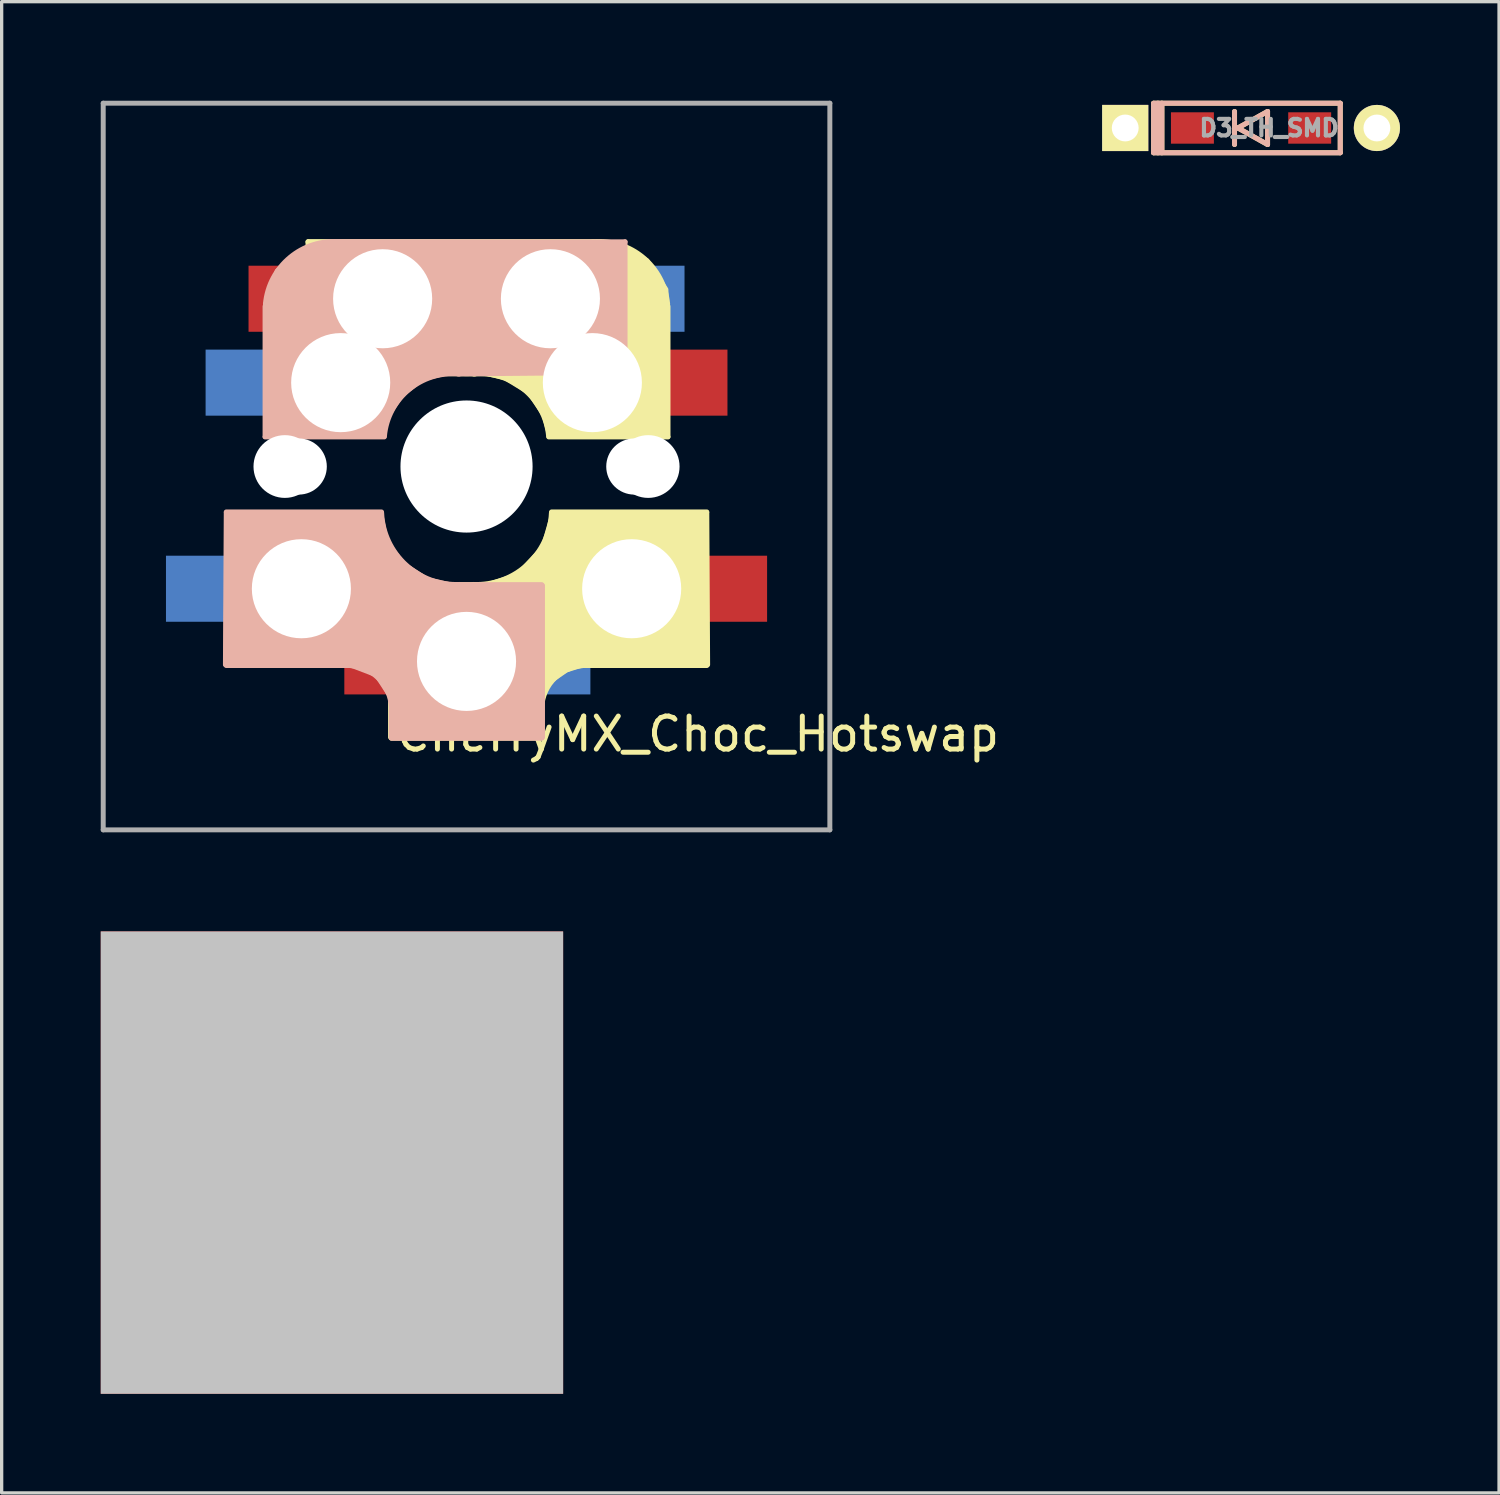
<source format=kicad_pcb>
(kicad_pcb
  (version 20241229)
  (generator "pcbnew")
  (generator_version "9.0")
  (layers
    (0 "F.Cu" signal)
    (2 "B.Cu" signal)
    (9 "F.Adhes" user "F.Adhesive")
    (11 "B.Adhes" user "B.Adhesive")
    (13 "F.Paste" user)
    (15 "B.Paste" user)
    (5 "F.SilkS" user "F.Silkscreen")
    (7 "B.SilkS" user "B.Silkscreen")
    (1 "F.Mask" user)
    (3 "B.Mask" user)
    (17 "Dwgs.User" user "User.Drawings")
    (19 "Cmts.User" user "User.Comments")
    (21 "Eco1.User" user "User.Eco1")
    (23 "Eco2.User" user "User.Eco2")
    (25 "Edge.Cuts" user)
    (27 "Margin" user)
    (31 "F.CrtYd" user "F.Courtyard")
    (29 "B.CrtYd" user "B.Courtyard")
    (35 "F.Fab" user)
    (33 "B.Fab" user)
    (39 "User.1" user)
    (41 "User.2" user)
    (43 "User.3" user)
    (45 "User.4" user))
  (footprint "key_hole"
    (layer "F.Cu")
    (at 7 32.15)
    (property "Reference" "key_hole" (at 0 0.5 0) (layer "F.SilkS") (effects (font (size 1 1) (thickness 0.15))))
    (attr through_hole)
    (pad "1" smd rect (at 0 0) (size 14 14) (layers "F.Cu" "Dwgs.User")))
  (footprint "CherryMX_Choc_Hotswap"
    (layer "F.Cu")
    (at 11.075 11.075)
    (property "Reference" "CherryMX_Choc_Hotswap" (at 7 8.1 0) (layer "F.SilkS") (effects (font (size 1 1) (thickness 0.15))))
    (attr through_hole)
    (fp_line (start -4.8 -6.804) (end 3.825 -6.804) (stroke (width 0.15) (type solid)) (layer "F.SilkS"))
    (fp_line (start -4.8 -2.896) (end -4.8 -6.804) (stroke (width 0.15) (type solid)) (layer "F.SilkS"))
    (fp_line (start -4.8 -2.85) (end 0.25 -2.804) (stroke (width 0.15) (type solid)) (layer "F.SilkS"))
    (fp_line (start -2.3 3.6) (end -2.3 8.2) (stroke (width 0.15) (type solid)) (layer "F.SilkS"))
    (fp_line (start -2.275 3.575) (end 0.275 3.575) (stroke (width 0.15) (type solid)) (layer "F.SilkS"))
    (fp_line (start -2.275 8.225) (end 2.275 8.225) (stroke (width 0.15) (type solid)) (layer "F.SilkS"))
    (fp_line (start 2.28 7.5) (end 2.28 8.2) (stroke (width 0.15) (type solid)) (layer "F.SilkS"))
    (fp_line (start 2.575 1.375) (end 7.275 1.375) (stroke (width 0.15) (type solid)) (layer "F.SilkS"))
    (fp_line (start 3.5 6.025) (end 7.275 6.025) (stroke (width 0.15) (type solid)) (layer "F.SilkS"))
    (fp_line (start 6.1 -4.85) (end 6.1 -0.905) (stroke (width 0.15) (type solid)) (layer "F.SilkS"))
    (fp_line (start 6.1 -0.896) (end 2.49 -0.896) (stroke (width 0.15) (type solid)) (layer "F.SilkS"))
    (fp_line (start 7.275 1.4) (end 7.3 6) (stroke (width 0.15) (type solid)) (layer "F.SilkS"))
    (fp_arc (start 0.225 -2.8) (mid 1.744361 -2.328061) (end 2.485 -0.92) (stroke (width 0.15) (type solid)) (layer "F.SilkS"))
    (fp_arc (start 2.28 7.45) (mid 2.595908 6.48733) (end 3.5 6.03) (stroke (width 0.15) (type solid)) (layer "F.SilkS"))
    (fp_arc (start 2.57 1.4) (mid 1.834422 2.975843) (end 0.2 3.57) (stroke (width 0.15) (type solid)) (layer "F.SilkS"))
    (fp_arc (start 3.825 -6.804) (mid 5.347189 -6.33089) (end 6.089 -4.92) (stroke (width 0.15) (type solid)) (layer "F.SilkS"))
    (fp_poly (pts (xy -4.79 -6.83) (xy 3.95 -6.83) (xy 4.72 -6.7) (xy 5.48 -6.25) (xy 6.06 -5.37) (xy 6.09 -4.8) (xy 6.11 -0.91) (xy 2.5 -0.91) (xy 2.33 -1.54) (xy 1.88 -2.22) (xy 1.16 -2.66) (xy 0.57 -2.8) (xy -4.8 -2.88)) (stroke (width 0.1) (type solid)) (fill yes) (layer "F.SilkS"))
    (fp_poly (pts (xy -2.31 8.19) (xy -2.3 3.6) (xy 0.48 3.6) (xy 1.52 3.27) (xy 2.3 2.43) (xy 2.6 1.39) (xy 7.26 1.38) (xy 7.28 6.01) (xy 3.49 6.04) (xy 3.04 6.18) (xy 2.52 6.54) (xy 2.28 7.1) (xy 2.3 8.23)) (stroke (width 0.1) (type solid)) (fill yes) (layer "F.SilkS"))
    (fp_line (start -7.275 1.4) (end -7.3 6) (stroke (width 0.15) (type solid)) (layer "B.SilkS"))
    (fp_line (start -6.1 -4.85) (end -6.1 -0.905) (stroke (width 0.15) (type solid)) (layer "B.SilkS"))
    (fp_line (start -6.1 -0.896) (end -2.49 -0.896) (stroke (width 0.15) (type solid)) (layer "B.SilkS"))
    (fp_line (start -3.5 6.025) (end -7.275 6.025) (stroke (width 0.15) (type solid)) (layer "B.SilkS"))
    (fp_line (start -2.575 1.375) (end -7.275 1.375) (stroke (width 0.15) (type solid)) (layer "B.SilkS"))
    (fp_line (start -2.28 7.5) (end -2.28 8.2) (stroke (width 0.15) (type solid)) (layer "B.SilkS"))
    (fp_line (start 2.275 3.575) (end -0.275 3.575) (stroke (width 0.15) (type solid)) (layer "B.SilkS"))
    (fp_line (start 2.275 8.225) (end -2.275 8.225) (stroke (width 0.15) (type solid)) (layer "B.SilkS"))
    (fp_line (start 2.3 3.6) (end 2.3 8.2) (stroke (width 0.15) (type solid)) (layer "B.SilkS"))
    (fp_line (start 4.8 -6.804) (end -3.825 -6.804) (stroke (width 0.15) (type solid)) (layer "B.SilkS"))
    (fp_line (start 4.8 -2.896) (end 4.8 -6.804) (stroke (width 0.15) (type solid)) (layer "B.SilkS"))
    (fp_line (start 4.8 -2.85) (end -0.25 -2.804) (stroke (width 0.15) (type solid)) (layer "B.SilkS"))
    (fp_arc (start -6.089 -4.92) (mid -5.347189 -6.33089) (end -3.825 -6.804) (stroke (width 0.15) (type solid)) (layer "B.SilkS"))
    (fp_arc (start -3.5 6.03) (mid -2.595908 6.48733) (end -2.28 7.45) (stroke (width 0.15) (type solid)) (layer "B.SilkS"))
    (fp_arc (start -2.485 -0.92) (mid -1.744361 -2.328061) (end -0.225 -2.8) (stroke (width 0.15) (type solid)) (layer "B.SilkS"))
    (fp_arc (start -0.2 3.57) (mid -1.834422 2.975843) (end -2.57 1.4) (stroke (width 0.15) (type solid)) (layer "B.SilkS"))
    (fp_poly (pts (xy -6.07 -0.94) (xy -6.1 -4.93) (xy -5.75 -5.94) (xy -4.85 -6.62) (xy -3.9 -6.83) (xy 4.8 -6.8) (xy 4.8 -2.92) (xy -0.47 -2.84) (xy -1.33 -2.63) (xy -1.95 -2.14) (xy -2.37 -1.52) (xy -2.51 -0.89)) (stroke (width 0.1) (type solid)) (fill yes) (layer "B.SilkS"))
    (fp_poly (pts (xy -7.27 1.41) (xy -2.58 1.39) (xy -2.41 2.27) (xy -1.89 2.94) (xy -1.18 3.4) (xy -0.29 3.6) (xy 2.3 3.59) (xy 2.28 8.23) (xy -2.26 8.24) (xy -2.3 7.01) (xy -2.74 6.33) (xy -3.58 6.01) (xy -7.31 6.01)) (stroke (width 0.1) (type solid)) (fill yes) (layer "B.SilkS"))
    (fp_line (start -9 -9) (end 9 -9) (stroke (width 0.15) (type solid)) (layer "Eco2.User"))
    (fp_line (start -9 9) (end -9 -9) (stroke (width 0.15) (type solid)) (layer "Eco2.User"))
    (fp_line (start -7 -7) (end 7 -7) (stroke (width 0.15) (type solid)) (layer "Eco2.User"))
    (fp_line (start -7 7) (end -7 -7) (stroke (width 0.15) (type solid)) (layer "Eco2.User"))
    (fp_line (start 7 -7) (end 7 7) (stroke (width 0.15) (type solid)) (layer "Eco2.User"))
    (fp_line (start 7 7) (end -7 7) (stroke (width 0.15) (type solid)) (layer "Eco2.User"))
    (fp_line (start 9 -9) (end 9 9) (stroke (width 0.15) (type solid)) (layer "Eco2.User"))
    (fp_line (start 9 9) (end -9 9) (stroke (width 0.15) (type solid)) (layer "Eco2.User"))
    (fp_line (start -11 -11) (end -11 11) (stroke (width 0.15) (type solid)) (layer "F.Fab"))
    (fp_line (start -11 11) (end 11 11) (stroke (width 0.15) (type solid)) (layer "F.Fab"))
    (fp_line (start 11 -11) (end -11 -11) (stroke (width 0.15) (type solid)) (layer "F.Fab"))
    (fp_line (start 11 11) (end 11 -11) (stroke (width 0.15) (type solid)) (layer "F.Fab"))
    (pad "" np_thru_hole circle (at -5.5 0 90) (size 1.9 1.9) (drill 1.9) (layers "*.Cu" "*.Mask"))
    (pad "" np_thru_hole circle (at -5.08 0) (size 1.7 1.7) (drill 1.7) (layers "*.Cu" "*.Mask"))
    (pad "" np_thru_hole circle (at -5 3.7 90) (size 3 3) (drill 3) (layers "*.Cu" "*.Mask"))
    (pad "" np_thru_hole circle (at -3.81 -2.54 180) (size 3 3) (drill 3) (layers "*.Cu" "*.Mask"))
    (pad "" np_thru_hole circle (at -2.54 -5.08 180) (size 3 3) (drill 3) (layers "*.Cu" "*.Mask"))
    (pad "" np_thru_hole circle (at 0 0 90) (size 4 4) (drill 4) (layers "*.Cu" "*.Mask"))
    (pad "" np_thru_hole circle (at 0 5.9 90) (size 3 3) (drill 3) (layers "*.Cu" "*.Mask"))
    (pad "" np_thru_hole circle (at 2.54 -5.08 180) (size 3 3) (drill 3) (layers "*.Cu" "*.Mask"))
    (pad "" np_thru_hole circle (at 3.81 -2.54 180) (size 3 3) (drill 3) (layers "*.Cu" "*.Mask"))
    (pad "" np_thru_hole circle (at 5 3.7 270) (size 3 3) (drill 3) (layers "*.Cu" "*.Mask"))
    (pad "" np_thru_hole circle (at 5.08 0) (size 1.7 1.7) (drill 1.7) (layers "*.Cu" "*.Mask"))
    (pad "" np_thru_hole circle (at 5.5 0 90) (size 1.9 1.9) (drill 1.9) (layers "*.Cu" "*.Mask"))
    (pad "1" smd rect (at -8.1 3.7 180) (size 2 2) (layers "B.Cu" "B.Mask" "B.Paste"))
    (pad "1" smd rect (at -6.9 -2.54 180) (size 2 2) (layers "B.Cu" "B.Mask" "B.Paste"))
    (pad "1" smd rect (at -5.6 -5.08 180) (size 2 2) (layers "F.Cu" "F.Mask" "F.Paste"))
    (pad "1" smd rect (at -2.8 5.9 180) (size 1.8 2) (layers "F.Cu" "F.Mask" "F.Paste"))
    (pad "2" smd rect (at 2.8 5.9 180) (size 1.9 2) (layers "B.Cu" "B.Mask" "B.Paste"))
    (pad "2" smd rect (at 5.6 -5.08 180) (size 2 2) (layers "B.Cu" "B.Mask" "B.Paste"))
    (pad "2" smd rect (at 6.9 -2.54 180) (size 2 2) (layers "F.Cu" "F.Mask" "F.Paste"))
    (pad "2" smd rect (at 8.1 3.7 180) (size 2 2) (layers "F.Cu" "F.Mask" "F.Paste")))
  (footprint "D3_TH_SMD"
    (layer "F.Cu")
    (at 34.828 0.825)
    (property "Reference" "D3_TH_SMD" (at 0.55 0 0) (layer "F.Fab") (effects (font (size 0.5 0.5) (thickness 0.125))))
    (attr through_hole)
    (fp_line (start -2.95 -0.75) (end -2.95 0.75) (stroke (width 0.15) (type solid)) (layer "F.SilkS"))
    (fp_line (start -2.95 0.75) (end 2.7 0.75) (stroke (width 0.15) (type solid)) (layer "F.SilkS"))
    (fp_line (start -2.83 -0.75) (end -2.83 0.75) (stroke (width 0.15) (type solid)) (layer "F.SilkS"))
    (fp_line (start -2.7 -0.75) (end -2.7 0.75) (stroke (width 0.15) (type solid)) (layer "F.SilkS"))
    (fp_line (start -0.5 -0.5) (end -0.5 0.5) (stroke (width 0.15) (type solid)) (layer "F.SilkS"))
    (fp_line (start -0.4 0) (end 0.5 -0.5) (stroke (width 0.15) (type solid)) (layer "F.SilkS"))
    (fp_line (start 0.5 -0.5) (end 0.5 0.5) (stroke (width 0.15) (type solid)) (layer "F.SilkS"))
    (fp_line (start 0.5 0.5) (end -0.4 0) (stroke (width 0.15) (type solid)) (layer "F.SilkS"))
    (fp_line (start 2.7 -0.75) (end -2.95 -0.75) (stroke (width 0.15) (type solid)) (layer "F.SilkS"))
    (fp_line (start 2.7 0.75) (end 2.7 -0.75) (stroke (width 0.15) (type solid)) (layer "F.SilkS"))
    (fp_line (start -2.95 -0.74) (end -2.95 0.75) (stroke (width 0.15) (type solid)) (layer "B.SilkS"))
    (fp_line (start -2.95 0.75) (end 2.7 0.75) (stroke (width 0.15) (type solid)) (layer "B.SilkS"))
    (fp_line (start -2.81 -0.75) (end -2.81 0.75) (stroke (width 0.15) (type solid)) (layer "B.SilkS"))
    (fp_line (start -2.7 -0.75) (end -2.7 0.75) (stroke (width 0.15) (type solid)) (layer "B.SilkS"))
    (fp_line (start -0.5 -0.5) (end -0.5 0.5) (stroke (width 0.15) (type solid)) (layer "B.SilkS"))
    (fp_line (start -0.4 0) (end 0.5 -0.5) (stroke (width 0.15) (type solid)) (layer "B.SilkS"))
    (fp_line (start 0.5 -0.5) (end 0.5 0.5) (stroke (width 0.15) (type solid)) (layer "B.SilkS"))
    (fp_line (start 0.5 0.5) (end -0.4 0) (stroke (width 0.15) (type solid)) (layer "B.SilkS"))
    (fp_line (start 2.7 -0.75) (end -2.95 -0.75) (stroke (width 0.15) (type solid)) (layer "B.SilkS"))
    (fp_line (start 2.7 0.75) (end 2.7 -0.75) (stroke (width 0.15) (type solid)) (layer "B.SilkS"))
    (pad "1" thru_hole rect (at -3.81 0) (size 1.397 1.397) (drill 0.813) (layers "*.Cu" "*.Mask" "F.SilkS"))
    (pad "1" smd rect (at -1.775 0) (size 1.3 0.95) (layers "F.Cu" "F.Mask" "F.Paste"))
    (pad "2" smd rect (at 1.775 0) (size 1.3 0.95) (layers "F.Cu" "F.Mask" "F.Paste"))
    (pad "2" thru_hole circle (at 3.81 0) (size 1.397 1.397) (drill 0.813) (layers "*.Cu" "*.Mask" "F.SilkS")))
  (gr_rect
    (start -3 -3)
    (end 42.336 42.15)
    (stroke (width 0.1) (type default))
    (fill no)
    (layer "Edge.Cuts")))
</source>
